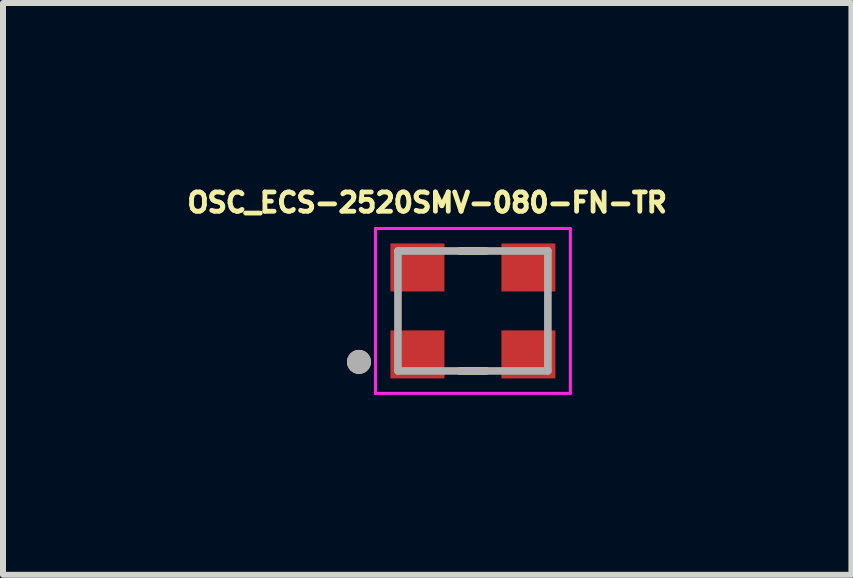
<source format=kicad_pcb>
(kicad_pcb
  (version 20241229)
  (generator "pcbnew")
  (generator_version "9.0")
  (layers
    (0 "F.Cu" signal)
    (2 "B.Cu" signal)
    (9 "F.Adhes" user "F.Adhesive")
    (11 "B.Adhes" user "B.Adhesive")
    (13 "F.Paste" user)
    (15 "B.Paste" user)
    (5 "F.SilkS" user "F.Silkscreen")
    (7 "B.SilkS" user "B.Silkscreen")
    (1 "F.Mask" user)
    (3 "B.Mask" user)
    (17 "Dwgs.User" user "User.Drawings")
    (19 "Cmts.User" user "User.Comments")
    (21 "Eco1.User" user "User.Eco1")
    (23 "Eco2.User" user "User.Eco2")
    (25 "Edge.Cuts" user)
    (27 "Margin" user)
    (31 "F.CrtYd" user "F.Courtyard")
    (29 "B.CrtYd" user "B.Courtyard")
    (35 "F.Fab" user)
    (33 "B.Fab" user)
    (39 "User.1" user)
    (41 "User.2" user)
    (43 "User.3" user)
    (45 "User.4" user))
  (footprint "OSC_ECS-2520SMV-080-FN-TR"
    (layer "F.Cu")
    (at 4.836 2.135)
    (property "Reference" "OSC_ECS-2520SMV-080-FN-TR" (at -0.763 -1.807 0) (layer "F.SilkS") (effects (font (size 0.321 0.321) (thickness 0.15))))
    (attr smd)
    (fp_line (start -0.221 -1) (end 0.221 -1) (stroke (width 0.127) (type solid)) (layer "F.SilkS"))
    (fp_line (start -0.221 1) (end 0.221 1) (stroke (width 0.127) (type solid)) (layer "F.SilkS"))
    (fp_circle (center -1.9 0.85) (end -1.8 0.85) (stroke (width 0.2) (type solid)) (fill no) (layer "F.SilkS"))
    (fp_line (start -1.625 -1.375) (end 1.625 -1.375) (stroke (width 0.05) (type solid)) (layer "F.CrtYd"))
    (fp_line (start -1.625 1.375) (end -1.625 -1.375) (stroke (width 0.05) (type solid)) (layer "F.CrtYd"))
    (fp_line (start 1.625 -1.375) (end 1.625 1.375) (stroke (width 0.05) (type solid)) (layer "F.CrtYd"))
    (fp_line (start 1.625 1.375) (end -1.625 1.375) (stroke (width 0.05) (type solid)) (layer "F.CrtYd"))
    (fp_line (start -1.25 -1) (end 1.25 -1) (stroke (width 0.127) (type solid)) (layer "F.Fab"))
    (fp_line (start -1.25 1) (end -1.25 -1) (stroke (width 0.127) (type solid)) (layer "F.Fab"))
    (fp_line (start 1.25 -1) (end 1.25 1) (stroke (width 0.127) (type solid)) (layer "F.Fab"))
    (fp_line (start 1.25 1) (end -1.25 1) (stroke (width 0.127) (type solid)) (layer "F.Fab"))
    (fp_circle (center -1.9 0.85) (end -1.8 0.85) (stroke (width 0.2) (type solid)) (fill no) (layer "F.Fab"))
    (pad "1" smd rect (at -0.925 0.725 180) (size 0.9 0.8) (layers "F.Cu" "F.Mask" "F.Paste"))
    (pad "2" smd rect (at 0.925 0.725 180) (size 0.9 0.8) (layers "F.Cu" "F.Mask" "F.Paste"))
    (pad "3" smd rect (at 0.925 -0.725 180) (size 0.9 0.8) (layers "F.Cu" "F.Mask" "F.Paste"))
    (pad "4" smd rect (at -0.925 -0.725 180) (size 0.9 0.8) (layers "F.Cu" "F.Mask" "F.Paste")))
  (gr_rect
    (start -3 -3)
    (end 11.148 6.535)
    (stroke (width 0.1) (type default))
    (fill no)
    (layer "Edge.Cuts")))
</source>
